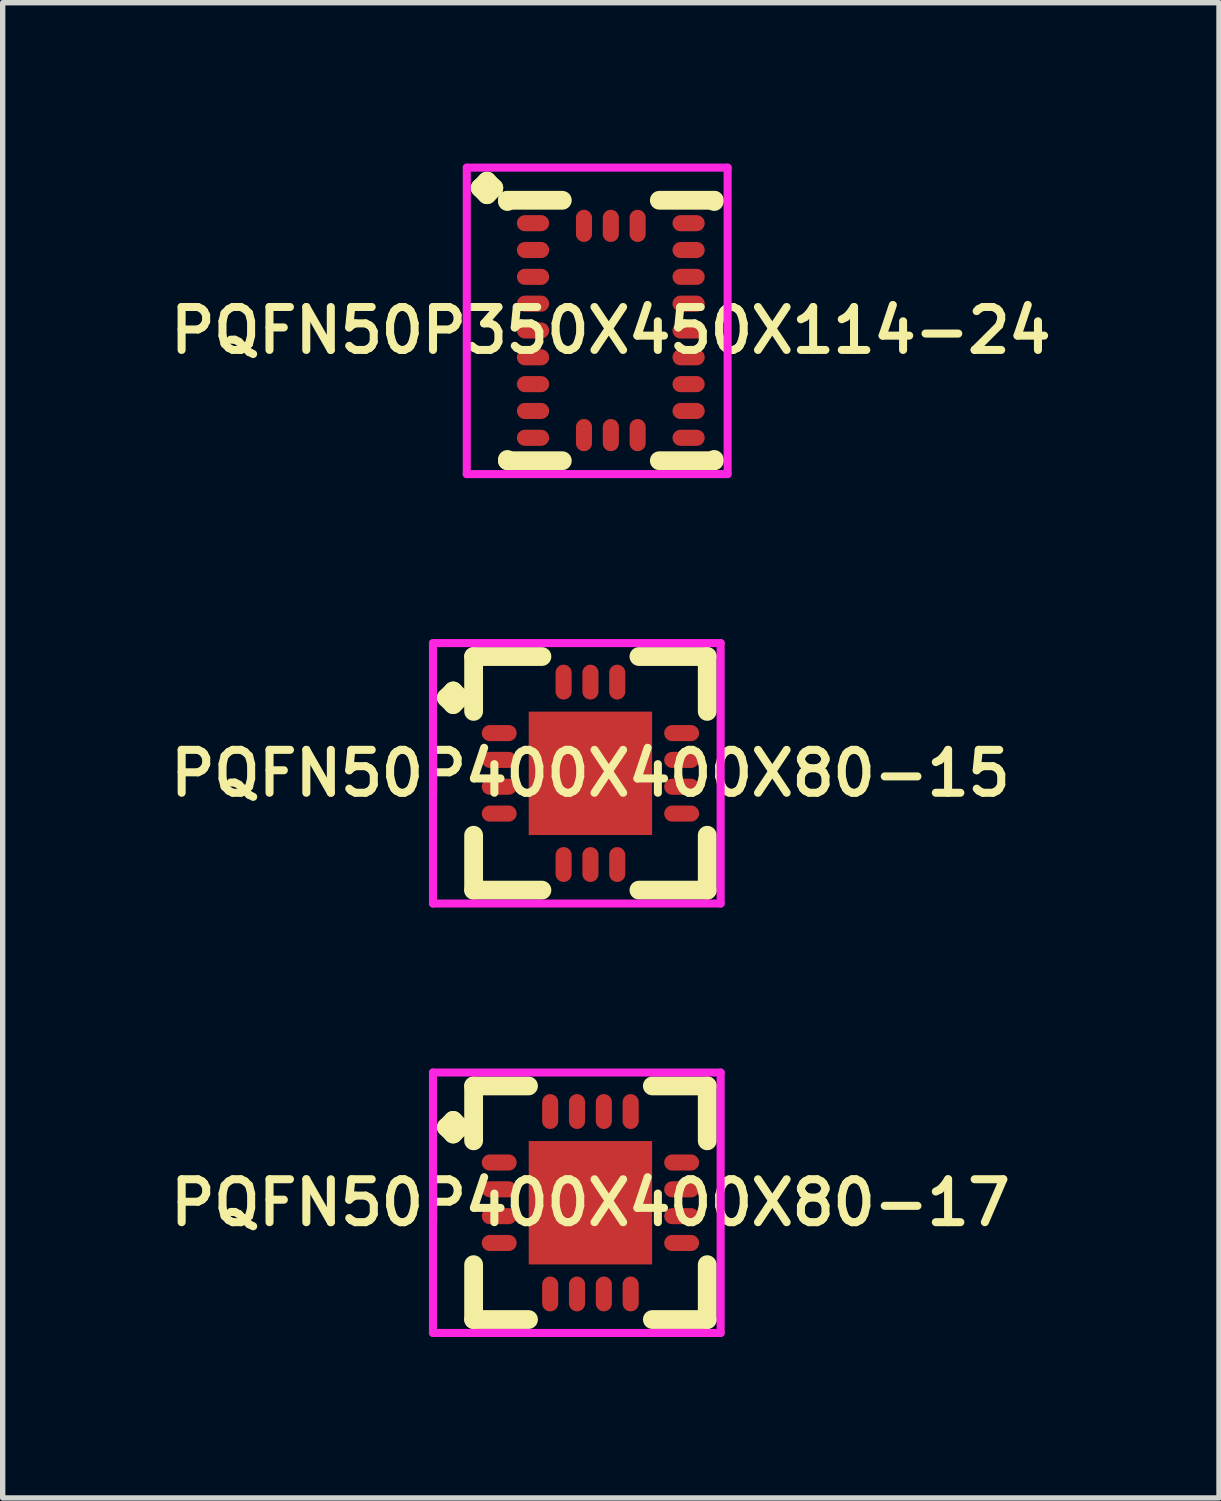
<source format=kicad_pcb>
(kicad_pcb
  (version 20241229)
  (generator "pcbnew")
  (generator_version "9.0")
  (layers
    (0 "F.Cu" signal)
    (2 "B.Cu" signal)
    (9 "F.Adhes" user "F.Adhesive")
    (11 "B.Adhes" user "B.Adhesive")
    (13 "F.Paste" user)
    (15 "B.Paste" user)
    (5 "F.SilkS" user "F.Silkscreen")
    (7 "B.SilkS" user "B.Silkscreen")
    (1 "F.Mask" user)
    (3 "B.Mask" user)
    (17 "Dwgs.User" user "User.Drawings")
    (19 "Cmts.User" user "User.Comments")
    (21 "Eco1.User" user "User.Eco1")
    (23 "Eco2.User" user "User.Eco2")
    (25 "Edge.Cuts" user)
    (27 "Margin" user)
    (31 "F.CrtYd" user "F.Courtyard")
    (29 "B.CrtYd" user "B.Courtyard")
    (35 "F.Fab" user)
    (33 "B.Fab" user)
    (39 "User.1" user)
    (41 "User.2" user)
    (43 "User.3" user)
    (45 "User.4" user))
  (footprint "PQFN50P400X400X80-15"
    (layer "F.Cu")
    (at 7.955 11.364)
    (property "Reference" "PQFN50P400X400X80-15" (at 0 0 0) (layer "F.SilkS") (effects (font (size 0.8 0.8) (thickness 0.15))))
    (attr smd)
    (fp_line (start -2.685 -1.408) (end -2.558 -1.535) (stroke (width 0.35) (type solid)) (layer "F.SilkS"))
    (fp_line (start -2.558 -1.535) (end -2.431 -1.408) (stroke (width 0.35) (type solid)) (layer "F.SilkS"))
    (fp_line (start -2.558 -1.281) (end -2.685 -1.408) (stroke (width 0.35) (type solid)) (layer "F.SilkS"))
    (fp_line (start -2.431 -1.408) (end -2.558 -1.281) (stroke (width 0.35) (type solid)) (layer "F.SilkS"))
    (fp_line (start -2.177 -2.177) (end -0.904 -2.177) (stroke (width 0.35) (type solid)) (layer "F.SilkS"))
    (fp_line (start -2.177 -1.154) (end -2.177 -2.177) (stroke (width 0.35) (type solid)) (layer "F.SilkS"))
    (fp_line (start -2.177 1.154) (end -2.177 2.177) (stroke (width 0.35) (type solid)) (layer "F.SilkS"))
    (fp_line (start -2.177 2.177) (end -0.904 2.177) (stroke (width 0.35) (type solid)) (layer "F.SilkS"))
    (fp_line (start 0.904 -2.177) (end 2.177 -2.177) (stroke (width 0.35) (type solid)) (layer "F.SilkS"))
    (fp_line (start 0.904 2.177) (end 2.177 2.177) (stroke (width 0.35) (type solid)) (layer "F.SilkS"))
    (fp_line (start 2.177 -2.177) (end 2.177 -1.154) (stroke (width 0.35) (type solid)) (layer "F.SilkS"))
    (fp_line (start 2.177 2.177) (end 2.177 1.154) (stroke (width 0.35) (type solid)) (layer "F.SilkS"))
    (fp_line (start -2.935 -2.427) (end 2.427 -2.427) (stroke (width 0.15) (type solid)) (layer "F.CrtYd"))
    (fp_line (start -2.935 2.427) (end -2.935 -2.427) (stroke (width 0.15) (type solid)) (layer "F.CrtYd"))
    (fp_line (start 2.427 -2.427) (end 2.427 2.427) (stroke (width 0.15) (type solid)) (layer "F.CrtYd"))
    (fp_line (start 2.427 2.427) (end -2.935 2.427) (stroke (width 0.15) (type solid)) (layer "F.CrtYd"))
    (pad "1" smd oval (at -1.7 -0.75) (size 0.65 0.3) (layers "F.Cu" "F.Mask" "F.Paste"))
    (pad "2" smd oval (at -1.7 -0.25) (size 0.65 0.3) (layers "F.Cu" "F.Mask" "F.Paste"))
    (pad "3" smd oval (at -1.7 0.25) (size 0.65 0.3) (layers "F.Cu" "F.Mask" "F.Paste"))
    (pad "4" smd oval (at -1.7 0.75) (size 0.65 0.3) (layers "F.Cu" "F.Mask" "F.Paste"))
    (pad "5" smd oval (at -0.5 1.7) (size 0.3 0.65) (layers "F.Cu" "F.Mask" "F.Paste"))
    (pad "6" smd oval (at 0 1.7) (size 0.3 0.65) (layers "F.Cu" "F.Mask" "F.Paste"))
    (pad "7" smd oval (at 0.5 1.7) (size 0.3 0.65) (layers "F.Cu" "F.Mask" "F.Paste"))
    (pad "8" smd oval (at 1.7 0.75) (size 0.65 0.3) (layers "F.Cu" "F.Mask" "F.Paste"))
    (pad "9" smd oval (at 1.7 0.25) (size 0.65 0.3) (layers "F.Cu" "F.Mask" "F.Paste"))
    (pad "10" smd oval (at 1.7 -0.25) (size 0.65 0.3) (layers "F.Cu" "F.Mask" "F.Paste"))
    (pad "11" smd oval (at 1.7 -0.75) (size 0.65 0.3) (layers "F.Cu" "F.Mask" "F.Paste"))
    (pad "12" smd oval (at 0.5 -1.7) (size 0.3 0.65) (layers "F.Cu" "F.Mask" "F.Paste"))
    (pad "13" smd oval (at 0 -1.7) (size 0.3 0.65) (layers "F.Cu" "F.Mask" "F.Paste"))
    (pad "14" smd oval (at -0.5 -1.7) (size 0.3 0.65) (layers "F.Cu" "F.Mask" "F.Paste"))
    (pad "15" smd rect (at 0 0) (size 2.3 2.3) (layers "F.Cu" "F.Mask" "F.Paste")))
  (footprint "PQFN50P350X450X114-24"
    (layer "F.Cu")
    (at 8.335 3.11)
    (property "Reference" "PQFN50P350X450X114-24" (at 0 0 0) (layer "F.SilkS") (effects (font (size 0.8 0.8) (thickness 0.15))))
    (attr through_hole)
    (fp_line (start -2.435 -2.658) (end -2.308 -2.785) (stroke (width 0.35) (type solid)) (layer "F.SilkS"))
    (fp_line (start -2.308 -2.785) (end -2.181 -2.658) (stroke (width 0.35) (type solid)) (layer "F.SilkS"))
    (fp_line (start -2.308 -2.531) (end -2.435 -2.658) (stroke (width 0.35) (type solid)) (layer "F.SilkS"))
    (fp_line (start -2.181 -2.658) (end -2.308 -2.531) (stroke (width 0.35) (type solid)) (layer "F.SilkS"))
    (fp_line (start -1.927 -2.427) (end -0.904 -2.427) (stroke (width 0.35) (type solid)) (layer "F.SilkS"))
    (fp_line (start -1.927 -2.404) (end -1.927 -2.427) (stroke (width 0.35) (type solid)) (layer "F.SilkS"))
    (fp_line (start -1.927 2.404) (end -1.927 2.427) (stroke (width 0.35) (type solid)) (layer "F.SilkS"))
    (fp_line (start -1.927 2.427) (end -0.904 2.427) (stroke (width 0.35) (type solid)) (layer "F.SilkS"))
    (fp_line (start 0.904 -2.427) (end 1.927 -2.427) (stroke (width 0.35) (type solid)) (layer "F.SilkS"))
    (fp_line (start 0.904 2.427) (end 1.927 2.427) (stroke (width 0.35) (type solid)) (layer "F.SilkS"))
    (fp_line (start 1.927 -2.427) (end 1.927 -2.404) (stroke (width 0.35) (type solid)) (layer "F.SilkS"))
    (fp_line (start 1.927 2.427) (end 1.927 2.404) (stroke (width 0.35) (type solid)) (layer "F.SilkS"))
    (fp_line (start -2.685 -3.035) (end 2.177 -3.035) (stroke (width 0.15) (type solid)) (layer "F.CrtYd"))
    (fp_line (start -2.685 2.677) (end -2.685 -3.035) (stroke (width 0.15) (type solid)) (layer "F.CrtYd"))
    (fp_line (start 2.177 -3.035) (end 2.177 2.677) (stroke (width 0.15) (type solid)) (layer "F.CrtYd"))
    (fp_line (start 2.177 2.677) (end -2.685 2.677) (stroke (width 0.15) (type solid)) (layer "F.CrtYd"))
    (pad "1" smd oval (at -1.45 -2) (size 0.6 0.3) (layers "F.Cu" "F.Mask" "F.Paste"))
    (pad "2" smd oval (at -1.45 -1.5) (size 0.6 0.3) (layers "F.Cu" "F.Mask" "F.Paste"))
    (pad "3" smd oval (at -1.45 -1) (size 0.6 0.3) (layers "F.Cu" "F.Mask" "F.Paste"))
    (pad "4" smd oval (at -1.45 -0.5) (size 0.6 0.3) (layers "F.Cu" "F.Mask" "F.Paste"))
    (pad "5" smd oval (at -1.45 0) (size 0.6 0.3) (layers "F.Cu" "F.Mask" "F.Paste"))
    (pad "6" smd oval (at -1.45 0.5) (size 0.6 0.3) (layers "F.Cu" "F.Mask" "F.Paste"))
    (pad "7" smd oval (at -1.45 1) (size 0.6 0.3) (layers "F.Cu" "F.Mask" "F.Paste"))
    (pad "8" smd oval (at -1.45 1.5) (size 0.6 0.3) (layers "F.Cu" "F.Mask" "F.Paste"))
    (pad "9" smd oval (at -1.45 2) (size 0.6 0.3) (layers "F.Cu" "F.Mask" "F.Paste"))
    (pad "10" smd oval (at -0.5 1.95) (size 0.3 0.6) (layers "F.Cu" "F.Mask" "F.Paste"))
    (pad "11" smd oval (at 0 1.95) (size 0.3 0.6) (layers "F.Cu" "F.Mask" "F.Paste"))
    (pad "12" smd oval (at 0.5 1.95) (size 0.3 0.6) (layers "F.Cu" "F.Mask" "F.Paste"))
    (pad "13" smd oval (at 1.45 2) (size 0.6 0.3) (layers "F.Cu" "F.Mask" "F.Paste"))
    (pad "14" smd oval (at 1.45 1.5) (size 0.6 0.3) (layers "F.Cu" "F.Mask" "F.Paste"))
    (pad "15" smd oval (at 1.45 1) (size 0.6 0.3) (layers "F.Cu" "F.Mask" "F.Paste"))
    (pad "16" smd oval (at 1.45 0.5) (size 0.6 0.3) (layers "F.Cu" "F.Mask" "F.Paste"))
    (pad "17" smd oval (at 1.45 0) (size 0.6 0.3) (layers "F.Cu" "F.Mask" "F.Paste"))
    (pad "18" smd oval (at 1.45 -0.5) (size 0.6 0.3) (layers "F.Cu" "F.Mask" "F.Paste"))
    (pad "19" smd oval (at 1.45 -1) (size 0.6 0.3) (layers "F.Cu" "F.Mask" "F.Paste"))
    (pad "20" smd oval (at 1.45 -1.5) (size 0.6 0.3) (layers "F.Cu" "F.Mask" "F.Paste"))
    (pad "21" smd oval (at 1.45 -2) (size 0.6 0.3) (layers "F.Cu" "F.Mask" "F.Paste"))
    (pad "22" smd oval (at 0.5 -1.95) (size 0.3 0.6) (layers "F.Cu" "F.Mask" "F.Paste"))
    (pad "23" smd oval (at 0 -1.95) (size 0.3 0.6) (layers "F.Cu" "F.Mask" "F.Paste"))
    (pad "24" smd oval (at -0.5 -1.95) (size 0.3 0.6) (layers "F.Cu" "F.Mask" "F.Paste")))
  (footprint "PQFN50P400X400X80-17"
    (layer "F.Cu")
    (at 7.955 19.368)
    (property "Reference" "PQFN50P400X400X80-17" (at 0 0 0) (layer "F.SilkS") (effects (font (size 0.8 0.8) (thickness 0.15))))
    (attr smd)
    (fp_line (start -2.685 -1.408) (end -2.558 -1.535) (stroke (width 0.35) (type solid)) (layer "F.SilkS"))
    (fp_line (start -2.558 -1.535) (end -2.431 -1.408) (stroke (width 0.35) (type solid)) (layer "F.SilkS"))
    (fp_line (start -2.558 -1.281) (end -2.685 -1.408) (stroke (width 0.35) (type solid)) (layer "F.SilkS"))
    (fp_line (start -2.431 -1.408) (end -2.558 -1.281) (stroke (width 0.35) (type solid)) (layer "F.SilkS"))
    (fp_line (start -2.177 -2.177) (end -1.154 -2.177) (stroke (width 0.35) (type solid)) (layer "F.SilkS"))
    (fp_line (start -2.177 -1.154) (end -2.177 -2.177) (stroke (width 0.35) (type solid)) (layer "F.SilkS"))
    (fp_line (start -2.177 1.154) (end -2.177 2.177) (stroke (width 0.35) (type solid)) (layer "F.SilkS"))
    (fp_line (start -2.177 2.177) (end -1.154 2.177) (stroke (width 0.35) (type solid)) (layer "F.SilkS"))
    (fp_line (start 1.154 -2.177) (end 2.177 -2.177) (stroke (width 0.35) (type solid)) (layer "F.SilkS"))
    (fp_line (start 1.154 2.177) (end 2.177 2.177) (stroke (width 0.35) (type solid)) (layer "F.SilkS"))
    (fp_line (start 2.177 -2.177) (end 2.177 -1.154) (stroke (width 0.35) (type solid)) (layer "F.SilkS"))
    (fp_line (start 2.177 2.177) (end 2.177 1.154) (stroke (width 0.35) (type solid)) (layer "F.SilkS"))
    (fp_line (start -2.935 -2.427) (end 2.427 -2.427) (stroke (width 0.15) (type solid)) (layer "F.CrtYd"))
    (fp_line (start -2.935 2.427) (end -2.935 -2.427) (stroke (width 0.15) (type solid)) (layer "F.CrtYd"))
    (fp_line (start 2.427 -2.427) (end 2.427 2.427) (stroke (width 0.15) (type solid)) (layer "F.CrtYd"))
    (fp_line (start 2.427 2.427) (end -2.935 2.427) (stroke (width 0.15) (type solid)) (layer "F.CrtYd"))
    (pad "1" smd oval (at -1.7 -0.75) (size 0.65 0.3) (layers "F.Cu" "F.Mask" "F.Paste"))
    (pad "2" smd oval (at -1.7 -0.25) (size 0.65 0.3) (layers "F.Cu" "F.Mask" "F.Paste"))
    (pad "3" smd oval (at -1.7 0.25) (size 0.65 0.3) (layers "F.Cu" "F.Mask" "F.Paste"))
    (pad "4" smd oval (at -1.7 0.75) (size 0.65 0.3) (layers "F.Cu" "F.Mask" "F.Paste"))
    (pad "5" smd oval (at -0.75 1.7) (size 0.3 0.65) (layers "F.Cu" "F.Mask" "F.Paste"))
    (pad "6" smd oval (at -0.25 1.7) (size 0.3 0.65) (layers "F.Cu" "F.Mask" "F.Paste"))
    (pad "7" smd oval (at 0.25 1.7) (size 0.3 0.65) (layers "F.Cu" "F.Mask" "F.Paste"))
    (pad "8" smd oval (at 0.75 1.7) (size 0.3 0.65) (layers "F.Cu" "F.Mask" "F.Paste"))
    (pad "9" smd oval (at 1.7 0.75) (size 0.65 0.3) (layers "F.Cu" "F.Mask" "F.Paste"))
    (pad "10" smd oval (at 1.7 0.25) (size 0.65 0.3) (layers "F.Cu" "F.Mask" "F.Paste"))
    (pad "11" smd oval (at 1.7 -0.25) (size 0.65 0.3) (layers "F.Cu" "F.Mask" "F.Paste"))
    (pad "12" smd oval (at 1.7 -0.75) (size 0.65 0.3) (layers "F.Cu" "F.Mask" "F.Paste"))
    (pad "13" smd oval (at 0.75 -1.7) (size 0.3 0.65) (layers "F.Cu" "F.Mask" "F.Paste"))
    (pad "14" smd oval (at 0.25 -1.7) (size 0.3 0.65) (layers "F.Cu" "F.Mask" "F.Paste"))
    (pad "15" smd oval (at -0.25 -1.7) (size 0.3 0.65) (layers "F.Cu" "F.Mask" "F.Paste"))
    (pad "16" smd oval (at -0.75 -1.7) (size 0.3 0.65) (layers "F.Cu" "F.Mask" "F.Paste"))
    (pad "17" smd rect (at 0 0) (size 2.3 2.3) (layers "F.Cu" "F.Mask" "F.Paste")))
  (gr_rect
    (start -3 -3)
    (end 19.671 24.87)
    (stroke (width 0.1) (type default))
    (fill no)
    (layer "Edge.Cuts")))
</source>
